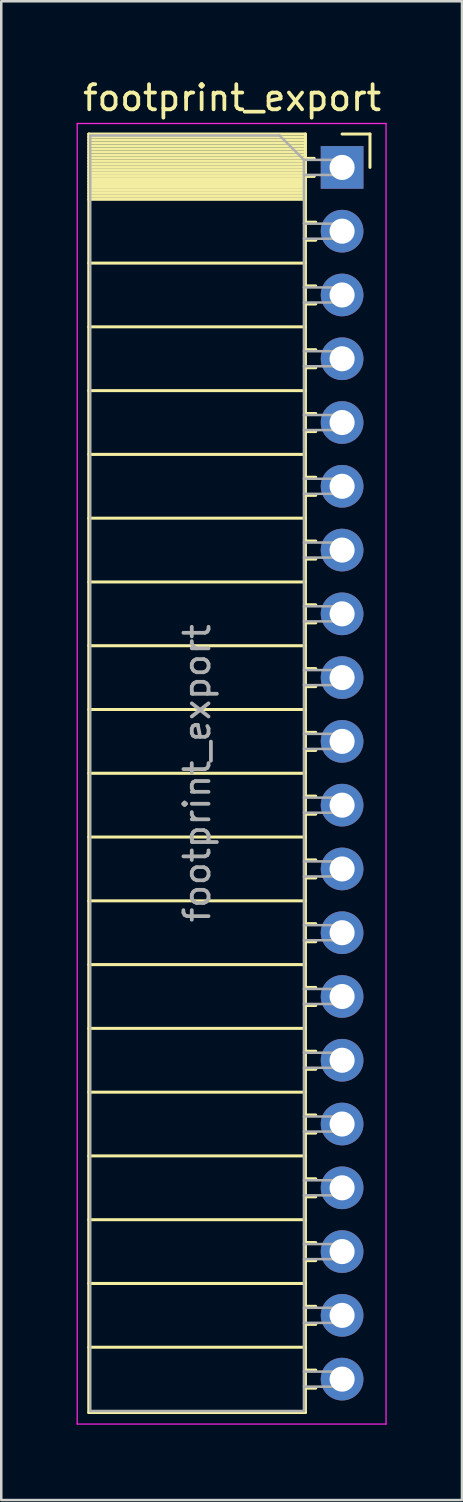
<source format=kicad_pcb>
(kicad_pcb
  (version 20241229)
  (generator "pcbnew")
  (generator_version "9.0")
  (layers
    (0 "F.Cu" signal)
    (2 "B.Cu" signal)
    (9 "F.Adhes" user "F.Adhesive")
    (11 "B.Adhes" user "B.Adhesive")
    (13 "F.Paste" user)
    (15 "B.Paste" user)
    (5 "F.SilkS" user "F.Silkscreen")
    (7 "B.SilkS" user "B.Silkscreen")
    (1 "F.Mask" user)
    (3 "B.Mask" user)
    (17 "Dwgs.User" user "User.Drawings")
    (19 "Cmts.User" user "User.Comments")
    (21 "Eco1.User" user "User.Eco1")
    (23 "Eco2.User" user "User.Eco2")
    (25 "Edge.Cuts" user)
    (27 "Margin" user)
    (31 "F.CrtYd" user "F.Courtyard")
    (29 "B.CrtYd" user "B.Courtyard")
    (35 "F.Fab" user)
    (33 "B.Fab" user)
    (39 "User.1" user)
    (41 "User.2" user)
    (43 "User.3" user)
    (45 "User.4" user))
  (footprint "footprint_export"
    (layer "F.Cu")
    (at 10.575 3.618)
    (property "Reference" "footprint_export" (at -4.38 -2.77 0) (layer "F.SilkS") (effects (font (size 1 1) (thickness 0.15))))
    (attr through_hole)
    (fp_line (start -10.09 -1.33) (end -10.09 49.59) (stroke (width 0.12) (type solid)) (layer "F.SilkS"))
    (fp_line (start -10.09 -1.33) (end -1.46 -1.33) (stroke (width 0.12) (type solid)) (layer "F.SilkS"))
    (fp_line (start -10.09 -1.21) (end -1.46 -1.21) (stroke (width 0.12) (type solid)) (layer "F.SilkS"))
    (fp_line (start -10.09 -1.092) (end -1.46 -1.092) (stroke (width 0.12) (type solid)) (layer "F.SilkS"))
    (fp_line (start -10.09 -0.974) (end -1.46 -0.974) (stroke (width 0.12) (type solid)) (layer "F.SilkS"))
    (fp_line (start -10.09 -0.856) (end -1.46 -0.856) (stroke (width 0.12) (type solid)) (layer "F.SilkS"))
    (fp_line (start -10.09 -0.738) (end -1.46 -0.738) (stroke (width 0.12) (type solid)) (layer "F.SilkS"))
    (fp_line (start -10.09 -0.62) (end -1.46 -0.62) (stroke (width 0.12) (type solid)) (layer "F.SilkS"))
    (fp_line (start -10.09 -0.501) (end -1.46 -0.501) (stroke (width 0.12) (type solid)) (layer "F.SilkS"))
    (fp_line (start -10.09 -0.383) (end -1.46 -0.383) (stroke (width 0.12) (type solid)) (layer "F.SilkS"))
    (fp_line (start -10.09 -0.265) (end -1.46 -0.265) (stroke (width 0.12) (type solid)) (layer "F.SilkS"))
    (fp_line (start -10.09 -0.147) (end -1.46 -0.147) (stroke (width 0.12) (type solid)) (layer "F.SilkS"))
    (fp_line (start -10.09 -0.029) (end -1.46 -0.029) (stroke (width 0.12) (type solid)) (layer "F.SilkS"))
    (fp_line (start -10.09 0.089) (end -1.46 0.089) (stroke (width 0.12) (type solid)) (layer "F.SilkS"))
    (fp_line (start -10.09 0.207) (end -1.46 0.207) (stroke (width 0.12) (type solid)) (layer "F.SilkS"))
    (fp_line (start -10.09 0.325) (end -1.46 0.325) (stroke (width 0.12) (type solid)) (layer "F.SilkS"))
    (fp_line (start -10.09 0.443) (end -1.46 0.443) (stroke (width 0.12) (type solid)) (layer "F.SilkS"))
    (fp_line (start -10.09 0.561) (end -1.46 0.561) (stroke (width 0.12) (type solid)) (layer "F.SilkS"))
    (fp_line (start -10.09 0.68) (end -1.46 0.68) (stroke (width 0.12) (type solid)) (layer "F.SilkS"))
    (fp_line (start -10.09 0.798) (end -1.46 0.798) (stroke (width 0.12) (type solid)) (layer "F.SilkS"))
    (fp_line (start -10.09 0.916) (end -1.46 0.916) (stroke (width 0.12) (type solid)) (layer "F.SilkS"))
    (fp_line (start -10.09 1.034) (end -1.46 1.034) (stroke (width 0.12) (type solid)) (layer "F.SilkS"))
    (fp_line (start -10.09 1.152) (end -1.46 1.152) (stroke (width 0.12) (type solid)) (layer "F.SilkS"))
    (fp_line (start -10.09 1.27) (end -1.46 1.27) (stroke (width 0.12) (type solid)) (layer "F.SilkS"))
    (fp_line (start -10.09 3.81) (end -1.46 3.81) (stroke (width 0.12) (type solid)) (layer "F.SilkS"))
    (fp_line (start -10.09 6.35) (end -1.46 6.35) (stroke (width 0.12) (type solid)) (layer "F.SilkS"))
    (fp_line (start -10.09 8.89) (end -1.46 8.89) (stroke (width 0.12) (type solid)) (layer "F.SilkS"))
    (fp_line (start -10.09 11.43) (end -1.46 11.43) (stroke (width 0.12) (type solid)) (layer "F.SilkS"))
    (fp_line (start -10.09 13.97) (end -1.46 13.97) (stroke (width 0.12) (type solid)) (layer "F.SilkS"))
    (fp_line (start -10.09 16.51) (end -1.46 16.51) (stroke (width 0.12) (type solid)) (layer "F.SilkS"))
    (fp_line (start -10.09 19.05) (end -1.46 19.05) (stroke (width 0.12) (type solid)) (layer "F.SilkS"))
    (fp_line (start -10.09 21.59) (end -1.46 21.59) (stroke (width 0.12) (type solid)) (layer "F.SilkS"))
    (fp_line (start -10.09 24.13) (end -1.46 24.13) (stroke (width 0.12) (type solid)) (layer "F.SilkS"))
    (fp_line (start -10.09 26.67) (end -1.46 26.67) (stroke (width 0.12) (type solid)) (layer "F.SilkS"))
    (fp_line (start -10.09 29.21) (end -1.46 29.21) (stroke (width 0.12) (type solid)) (layer "F.SilkS"))
    (fp_line (start -10.09 31.75) (end -1.46 31.75) (stroke (width 0.12) (type solid)) (layer "F.SilkS"))
    (fp_line (start -10.09 34.29) (end -1.46 34.29) (stroke (width 0.12) (type solid)) (layer "F.SilkS"))
    (fp_line (start -10.09 36.83) (end -1.46 36.83) (stroke (width 0.12) (type solid)) (layer "F.SilkS"))
    (fp_line (start -10.09 39.37) (end -1.46 39.37) (stroke (width 0.12) (type solid)) (layer "F.SilkS"))
    (fp_line (start -10.09 41.91) (end -1.46 41.91) (stroke (width 0.12) (type solid)) (layer "F.SilkS"))
    (fp_line (start -10.09 44.45) (end -1.46 44.45) (stroke (width 0.12) (type solid)) (layer "F.SilkS"))
    (fp_line (start -10.09 46.99) (end -1.46 46.99) (stroke (width 0.12) (type solid)) (layer "F.SilkS"))
    (fp_line (start -10.09 49.59) (end -1.46 49.59) (stroke (width 0.12) (type solid)) (layer "F.SilkS"))
    (fp_line (start -1.46 -1.33) (end -1.46 49.59) (stroke (width 0.12) (type solid)) (layer "F.SilkS"))
    (fp_line (start -1.46 -0.36) (end -1.11 -0.36) (stroke (width 0.12) (type solid)) (layer "F.SilkS"))
    (fp_line (start -1.46 0.36) (end -1.11 0.36) (stroke (width 0.12) (type solid)) (layer "F.SilkS"))
    (fp_line (start -1.46 2.18) (end -1.05 2.18) (stroke (width 0.12) (type solid)) (layer "F.SilkS"))
    (fp_line (start -1.46 2.9) (end -1.05 2.9) (stroke (width 0.12) (type solid)) (layer "F.SilkS"))
    (fp_line (start -1.46 4.72) (end -1.05 4.72) (stroke (width 0.12) (type solid)) (layer "F.SilkS"))
    (fp_line (start -1.46 5.44) (end -1.05 5.44) (stroke (width 0.12) (type solid)) (layer "F.SilkS"))
    (fp_line (start -1.46 7.26) (end -1.05 7.26) (stroke (width 0.12) (type solid)) (layer "F.SilkS"))
    (fp_line (start -1.46 7.98) (end -1.05 7.98) (stroke (width 0.12) (type solid)) (layer "F.SilkS"))
    (fp_line (start -1.46 9.8) (end -1.05 9.8) (stroke (width 0.12) (type solid)) (layer "F.SilkS"))
    (fp_line (start -1.46 10.52) (end -1.05 10.52) (stroke (width 0.12) (type solid)) (layer "F.SilkS"))
    (fp_line (start -1.46 12.34) (end -1.05 12.34) (stroke (width 0.12) (type solid)) (layer "F.SilkS"))
    (fp_line (start -1.46 13.06) (end -1.05 13.06) (stroke (width 0.12) (type solid)) (layer "F.SilkS"))
    (fp_line (start -1.46 14.88) (end -1.05 14.88) (stroke (width 0.12) (type solid)) (layer "F.SilkS"))
    (fp_line (start -1.46 15.6) (end -1.05 15.6) (stroke (width 0.12) (type solid)) (layer "F.SilkS"))
    (fp_line (start -1.46 17.42) (end -1.05 17.42) (stroke (width 0.12) (type solid)) (layer "F.SilkS"))
    (fp_line (start -1.46 18.14) (end -1.05 18.14) (stroke (width 0.12) (type solid)) (layer "F.SilkS"))
    (fp_line (start -1.46 19.96) (end -1.05 19.96) (stroke (width 0.12) (type solid)) (layer "F.SilkS"))
    (fp_line (start -1.46 20.68) (end -1.05 20.68) (stroke (width 0.12) (type solid)) (layer "F.SilkS"))
    (fp_line (start -1.46 22.5) (end -1.05 22.5) (stroke (width 0.12) (type solid)) (layer "F.SilkS"))
    (fp_line (start -1.46 23.22) (end -1.05 23.22) (stroke (width 0.12) (type solid)) (layer "F.SilkS"))
    (fp_line (start -1.46 25.04) (end -1.05 25.04) (stroke (width 0.12) (type solid)) (layer "F.SilkS"))
    (fp_line (start -1.46 25.76) (end -1.05 25.76) (stroke (width 0.12) (type solid)) (layer "F.SilkS"))
    (fp_line (start -1.46 27.58) (end -1.05 27.58) (stroke (width 0.12) (type solid)) (layer "F.SilkS"))
    (fp_line (start -1.46 28.3) (end -1.05 28.3) (stroke (width 0.12) (type solid)) (layer "F.SilkS"))
    (fp_line (start -1.46 30.12) (end -1.05 30.12) (stroke (width 0.12) (type solid)) (layer "F.SilkS"))
    (fp_line (start -1.46 30.84) (end -1.05 30.84) (stroke (width 0.12) (type solid)) (layer "F.SilkS"))
    (fp_line (start -1.46 32.66) (end -1.05 32.66) (stroke (width 0.12) (type solid)) (layer "F.SilkS"))
    (fp_line (start -1.46 33.38) (end -1.05 33.38) (stroke (width 0.12) (type solid)) (layer "F.SilkS"))
    (fp_line (start -1.46 35.2) (end -1.05 35.2) (stroke (width 0.12) (type solid)) (layer "F.SilkS"))
    (fp_line (start -1.46 35.92) (end -1.05 35.92) (stroke (width 0.12) (type solid)) (layer "F.SilkS"))
    (fp_line (start -1.46 37.74) (end -1.05 37.74) (stroke (width 0.12) (type solid)) (layer "F.SilkS"))
    (fp_line (start -1.46 38.46) (end -1.05 38.46) (stroke (width 0.12) (type solid)) (layer "F.SilkS"))
    (fp_line (start -1.46 40.28) (end -1.05 40.28) (stroke (width 0.12) (type solid)) (layer "F.SilkS"))
    (fp_line (start -1.46 41) (end -1.05 41) (stroke (width 0.12) (type solid)) (layer "F.SilkS"))
    (fp_line (start -1.46 42.82) (end -1.05 42.82) (stroke (width 0.12) (type solid)) (layer "F.SilkS"))
    (fp_line (start -1.46 43.54) (end -1.05 43.54) (stroke (width 0.12) (type solid)) (layer "F.SilkS"))
    (fp_line (start -1.46 45.36) (end -1.05 45.36) (stroke (width 0.12) (type solid)) (layer "F.SilkS"))
    (fp_line (start -1.46 46.08) (end -1.05 46.08) (stroke (width 0.12) (type solid)) (layer "F.SilkS"))
    (fp_line (start -1.46 47.9) (end -1.05 47.9) (stroke (width 0.12) (type solid)) (layer "F.SilkS"))
    (fp_line (start -1.46 48.62) (end -1.05 48.62) (stroke (width 0.12) (type solid)) (layer "F.SilkS"))
    (fp_line (start 0 -1.33) (end 1.11 -1.33) (stroke (width 0.12) (type solid)) (layer "F.SilkS"))
    (fp_line (start 1.11 -1.33) (end 1.11 0) (stroke (width 0.12) (type solid)) (layer "F.SilkS"))
    (fp_line (start -10.55 -1.75) (end -10.55 50.05) (stroke (width 0.05) (type solid)) (layer "F.CrtYd"))
    (fp_line (start -10.55 50.05) (end 1.75 50.05) (stroke (width 0.05) (type solid)) (layer "F.CrtYd"))
    (fp_line (start 1.75 -1.75) (end -10.55 -1.75) (stroke (width 0.05) (type solid)) (layer "F.CrtYd"))
    (fp_line (start 1.75 50.05) (end 1.75 -1.75) (stroke (width 0.05) (type solid)) (layer "F.CrtYd"))
    (fp_line (start -10.03 -1.27) (end -2.49 -1.27) (stroke (width 0.1) (type solid)) (layer "F.Fab"))
    (fp_line (start -10.03 49.53) (end -10.03 -1.27) (stroke (width 0.1) (type solid)) (layer "F.Fab"))
    (fp_line (start -2.49 -1.27) (end -1.52 -0.3) (stroke (width 0.1) (type solid)) (layer "F.Fab"))
    (fp_line (start -1.52 -0.3) (end -1.52 49.53) (stroke (width 0.1) (type solid)) (layer "F.Fab"))
    (fp_line (start -1.52 0.3) (end 0 0.3) (stroke (width 0.1) (type solid)) (layer "F.Fab"))
    (fp_line (start -1.52 2.84) (end 0 2.84) (stroke (width 0.1) (type solid)) (layer "F.Fab"))
    (fp_line (start -1.52 5.38) (end 0 5.38) (stroke (width 0.1) (type solid)) (layer "F.Fab"))
    (fp_line (start -1.52 7.92) (end 0 7.92) (stroke (width 0.1) (type solid)) (layer "F.Fab"))
    (fp_line (start -1.52 10.46) (end 0 10.46) (stroke (width 0.1) (type solid)) (layer "F.Fab"))
    (fp_line (start -1.52 13) (end 0 13) (stroke (width 0.1) (type solid)) (layer "F.Fab"))
    (fp_line (start -1.52 15.54) (end 0 15.54) (stroke (width 0.1) (type solid)) (layer "F.Fab"))
    (fp_line (start -1.52 18.08) (end 0 18.08) (stroke (width 0.1) (type solid)) (layer "F.Fab"))
    (fp_line (start -1.52 20.62) (end 0 20.62) (stroke (width 0.1) (type solid)) (layer "F.Fab"))
    (fp_line (start -1.52 23.16) (end 0 23.16) (stroke (width 0.1) (type solid)) (layer "F.Fab"))
    (fp_line (start -1.52 25.7) (end 0 25.7) (stroke (width 0.1) (type solid)) (layer "F.Fab"))
    (fp_line (start -1.52 28.24) (end 0 28.24) (stroke (width 0.1) (type solid)) (layer "F.Fab"))
    (fp_line (start -1.52 30.78) (end 0 30.78) (stroke (width 0.1) (type solid)) (layer "F.Fab"))
    (fp_line (start -1.52 33.32) (end 0 33.32) (stroke (width 0.1) (type solid)) (layer "F.Fab"))
    (fp_line (start -1.52 35.86) (end 0 35.86) (stroke (width 0.1) (type solid)) (layer "F.Fab"))
    (fp_line (start -1.52 38.4) (end 0 38.4) (stroke (width 0.1) (type solid)) (layer "F.Fab"))
    (fp_line (start -1.52 40.94) (end 0 40.94) (stroke (width 0.1) (type solid)) (layer "F.Fab"))
    (fp_line (start -1.52 43.48) (end 0 43.48) (stroke (width 0.1) (type solid)) (layer "F.Fab"))
    (fp_line (start -1.52 46.02) (end 0 46.02) (stroke (width 0.1) (type solid)) (layer "F.Fab"))
    (fp_line (start -1.52 48.56) (end 0 48.56) (stroke (width 0.1) (type solid)) (layer "F.Fab"))
    (fp_line (start -1.52 49.53) (end -10.03 49.53) (stroke (width 0.1) (type solid)) (layer "F.Fab"))
    (fp_line (start 0 -0.3) (end -1.52 -0.3) (stroke (width 0.1) (type solid)) (layer "F.Fab"))
    (fp_line (start 0 0.3) (end 0 -0.3) (stroke (width 0.1) (type solid)) (layer "F.Fab"))
    (fp_line (start 0 2.24) (end -1.52 2.24) (stroke (width 0.1) (type solid)) (layer "F.Fab"))
    (fp_line (start 0 2.84) (end 0 2.24) (stroke (width 0.1) (type solid)) (layer "F.Fab"))
    (fp_line (start 0 4.78) (end -1.52 4.78) (stroke (width 0.1) (type solid)) (layer "F.Fab"))
    (fp_line (start 0 5.38) (end 0 4.78) (stroke (width 0.1) (type solid)) (layer "F.Fab"))
    (fp_line (start 0 7.32) (end -1.52 7.32) (stroke (width 0.1) (type solid)) (layer "F.Fab"))
    (fp_line (start 0 7.92) (end 0 7.32) (stroke (width 0.1) (type solid)) (layer "F.Fab"))
    (fp_line (start 0 9.86) (end -1.52 9.86) (stroke (width 0.1) (type solid)) (layer "F.Fab"))
    (fp_line (start 0 10.46) (end 0 9.86) (stroke (width 0.1) (type solid)) (layer "F.Fab"))
    (fp_line (start 0 12.4) (end -1.52 12.4) (stroke (width 0.1) (type solid)) (layer "F.Fab"))
    (fp_line (start 0 13) (end 0 12.4) (stroke (width 0.1) (type solid)) (layer "F.Fab"))
    (fp_line (start 0 14.94) (end -1.52 14.94) (stroke (width 0.1) (type solid)) (layer "F.Fab"))
    (fp_line (start 0 15.54) (end 0 14.94) (stroke (width 0.1) (type solid)) (layer "F.Fab"))
    (fp_line (start 0 17.48) (end -1.52 17.48) (stroke (width 0.1) (type solid)) (layer "F.Fab"))
    (fp_line (start 0 18.08) (end 0 17.48) (stroke (width 0.1) (type solid)) (layer "F.Fab"))
    (fp_line (start 0 20.02) (end -1.52 20.02) (stroke (width 0.1) (type solid)) (layer "F.Fab"))
    (fp_line (start 0 20.62) (end 0 20.02) (stroke (width 0.1) (type solid)) (layer "F.Fab"))
    (fp_line (start 0 22.56) (end -1.52 22.56) (stroke (width 0.1) (type solid)) (layer "F.Fab"))
    (fp_line (start 0 23.16) (end 0 22.56) (stroke (width 0.1) (type solid)) (layer "F.Fab"))
    (fp_line (start 0 25.1) (end -1.52 25.1) (stroke (width 0.1) (type solid)) (layer "F.Fab"))
    (fp_line (start 0 25.7) (end 0 25.1) (stroke (width 0.1) (type solid)) (layer "F.Fab"))
    (fp_line (start 0 27.64) (end -1.52 27.64) (stroke (width 0.1) (type solid)) (layer "F.Fab"))
    (fp_line (start 0 28.24) (end 0 27.64) (stroke (width 0.1) (type solid)) (layer "F.Fab"))
    (fp_line (start 0 30.18) (end -1.52 30.18) (stroke (width 0.1) (type solid)) (layer "F.Fab"))
    (fp_line (start 0 30.78) (end 0 30.18) (stroke (width 0.1) (type solid)) (layer "F.Fab"))
    (fp_line (start 0 32.72) (end -1.52 32.72) (stroke (width 0.1) (type solid)) (layer "F.Fab"))
    (fp_line (start 0 33.32) (end 0 32.72) (stroke (width 0.1) (type solid)) (layer "F.Fab"))
    (fp_line (start 0 35.26) (end -1.52 35.26) (stroke (width 0.1) (type solid)) (layer "F.Fab"))
    (fp_line (start 0 35.86) (end 0 35.26) (stroke (width 0.1) (type solid)) (layer "F.Fab"))
    (fp_line (start 0 37.8) (end -1.52 37.8) (stroke (width 0.1) (type solid)) (layer "F.Fab"))
    (fp_line (start 0 38.4) (end 0 37.8) (stroke (width 0.1) (type solid)) (layer "F.Fab"))
    (fp_line (start 0 40.34) (end -1.52 40.34) (stroke (width 0.1) (type solid)) (layer "F.Fab"))
    (fp_line (start 0 40.94) (end 0 40.34) (stroke (width 0.1) (type solid)) (layer "F.Fab"))
    (fp_line (start 0 42.88) (end -1.52 42.88) (stroke (width 0.1) (type solid)) (layer "F.Fab"))
    (fp_line (start 0 43.48) (end 0 42.88) (stroke (width 0.1) (type solid)) (layer "F.Fab"))
    (fp_line (start 0 45.42) (end -1.52 45.42) (stroke (width 0.1) (type solid)) (layer "F.Fab"))
    (fp_line (start 0 46.02) (end 0 45.42) (stroke (width 0.1) (type solid)) (layer "F.Fab"))
    (fp_line (start 0 47.96) (end -1.52 47.96) (stroke (width 0.1) (type solid)) (layer "F.Fab"))
    (fp_line (start 0 48.56) (end 0 47.96) (stroke (width 0.1) (type solid)) (layer "F.Fab"))
    (fp_text user "${REFERENCE}" (at -5.775 24.13 90) (layer "F.Fab") (effects (font (size 1 1) (thickness 0.15))))
    (pad "1" thru_hole rect (at 0 0) (size 1.7 1.7) (drill 1) (layers "*.Cu" "*.Mask"))
    (pad "2" thru_hole oval (at 0 2.54) (size 1.7 1.7) (drill 1) (layers "*.Cu" "*.Mask"))
    (pad "3" thru_hole oval (at 0 5.08) (size 1.7 1.7) (drill 1) (layers "*.Cu" "*.Mask"))
    (pad "4" thru_hole oval (at 0 7.62) (size 1.7 1.7) (drill 1) (layers "*.Cu" "*.Mask"))
    (pad "5" thru_hole oval (at 0 10.16) (size 1.7 1.7) (drill 1) (layers "*.Cu" "*.Mask"))
    (pad "6" thru_hole oval (at 0 12.7) (size 1.7 1.7) (drill 1) (layers "*.Cu" "*.Mask"))
    (pad "7" thru_hole oval (at 0 15.24) (size 1.7 1.7) (drill 1) (layers "*.Cu" "*.Mask"))
    (pad "8" thru_hole oval (at 0 17.78) (size 1.7 1.7) (drill 1) (layers "*.Cu" "*.Mask"))
    (pad "9" thru_hole oval (at 0 20.32) (size 1.7 1.7) (drill 1) (layers "*.Cu" "*.Mask"))
    (pad "10" thru_hole oval (at 0 22.86) (size 1.7 1.7) (drill 1) (layers "*.Cu" "*.Mask"))
    (pad "11" thru_hole oval (at 0 25.4) (size 1.7 1.7) (drill 1) (layers "*.Cu" "*.Mask"))
    (pad "12" thru_hole oval (at 0 27.94) (size 1.7 1.7) (drill 1) (layers "*.Cu" "*.Mask"))
    (pad "13" thru_hole oval (at 0 30.48) (size 1.7 1.7) (drill 1) (layers "*.Cu" "*.Mask"))
    (pad "14" thru_hole oval (at 0 33.02) (size 1.7 1.7) (drill 1) (layers "*.Cu" "*.Mask"))
    (pad "15" thru_hole oval (at 0 35.56) (size 1.7 1.7) (drill 1) (layers "*.Cu" "*.Mask"))
    (pad "16" thru_hole oval (at 0 38.1) (size 1.7 1.7) (drill 1) (layers "*.Cu" "*.Mask"))
    (pad "17" thru_hole oval (at 0 40.64) (size 1.7 1.7) (drill 1) (layers "*.Cu" "*.Mask"))
    (pad "18" thru_hole oval (at 0 43.18) (size 1.7 1.7) (drill 1) (layers "*.Cu" "*.Mask"))
    (pad "19" thru_hole oval (at 0 45.72) (size 1.7 1.7) (drill 1) (layers "*.Cu" "*.Mask"))
    (pad "20" thru_hole oval (at 0 48.26) (size 1.7 1.7) (drill 1) (layers "*.Cu" "*.Mask")))
  (gr_rect
    (start -3 -3)
    (end 15.35 56.693)
    (stroke (width 0.1) (type default))
    (fill no)
    (layer "Edge.Cuts")))
</source>
